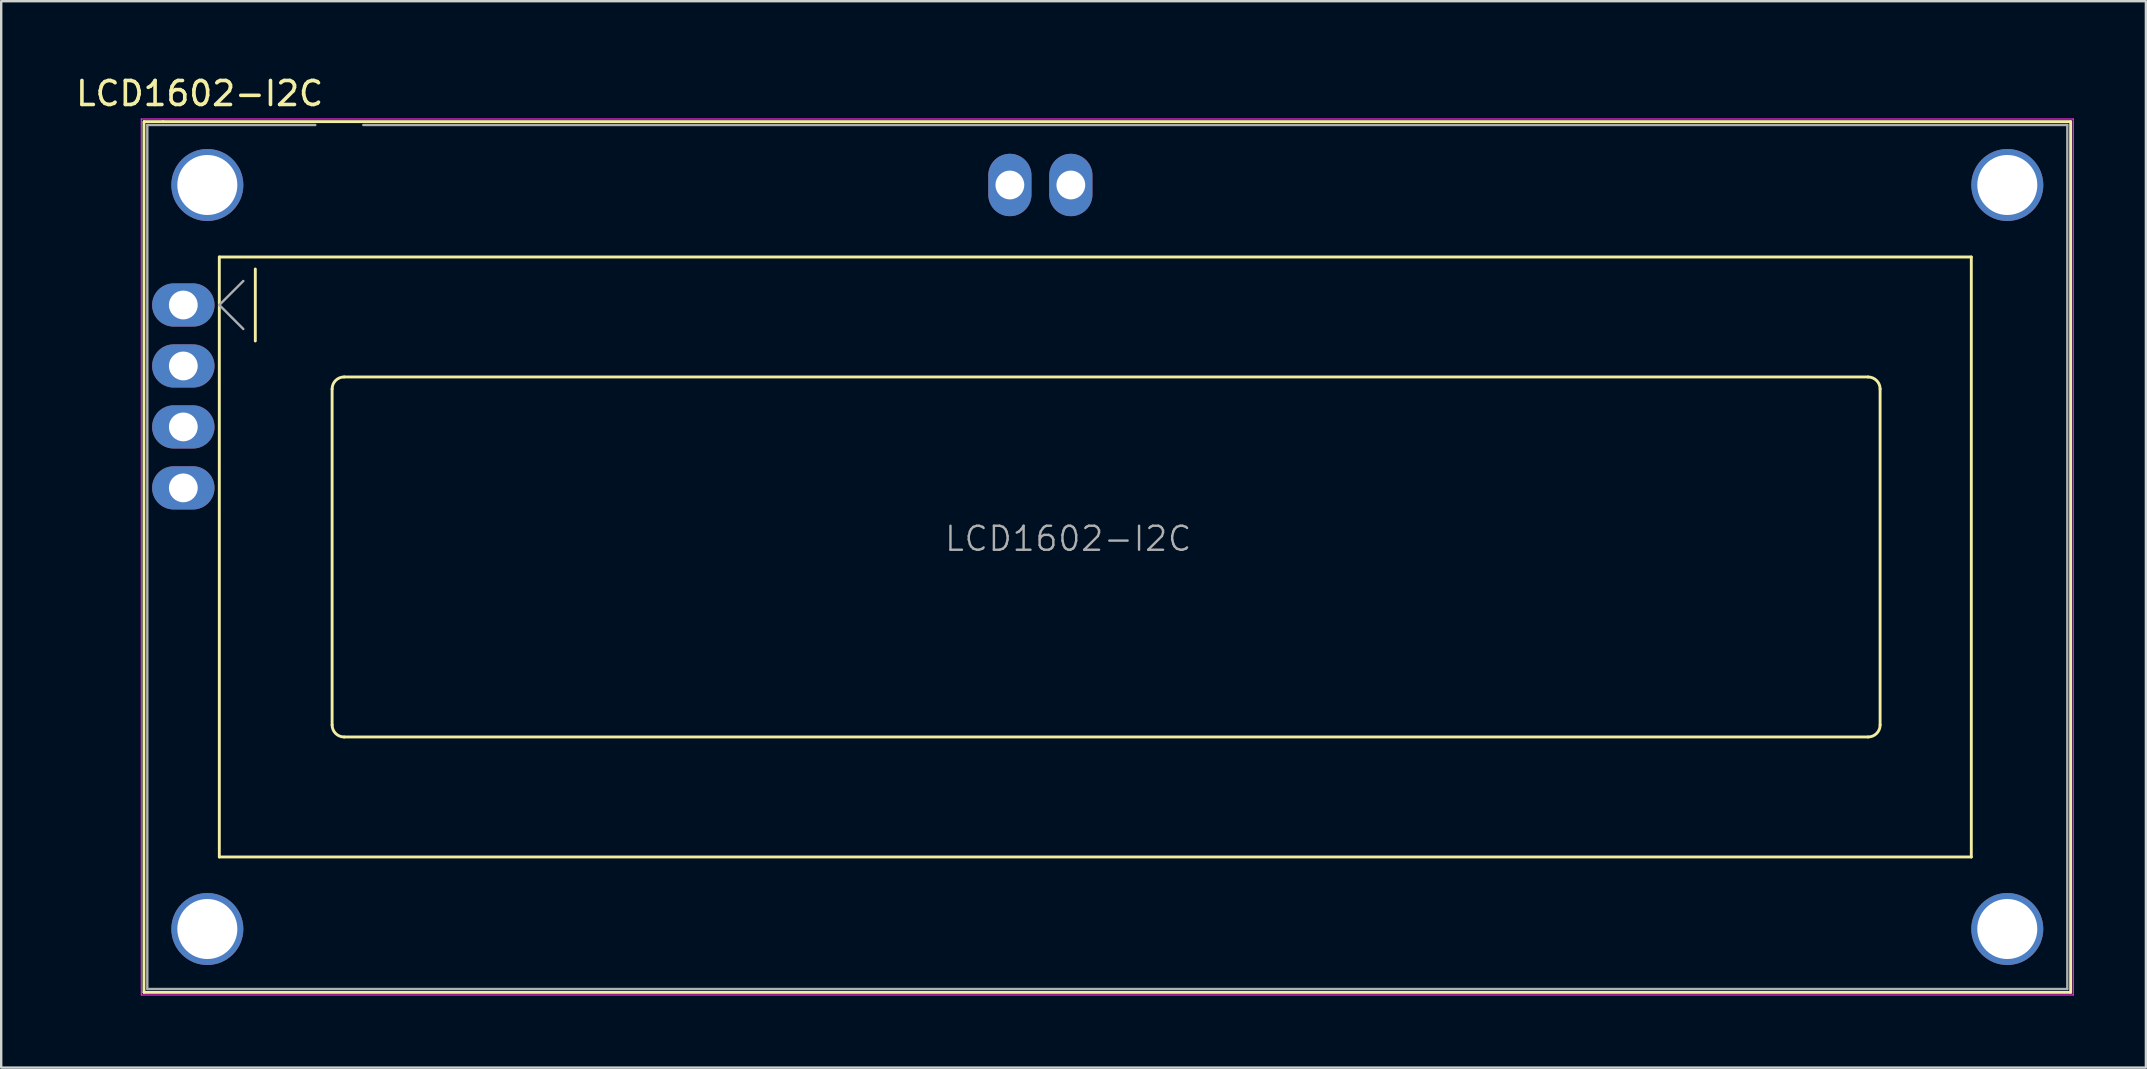
<source format=kicad_pcb>
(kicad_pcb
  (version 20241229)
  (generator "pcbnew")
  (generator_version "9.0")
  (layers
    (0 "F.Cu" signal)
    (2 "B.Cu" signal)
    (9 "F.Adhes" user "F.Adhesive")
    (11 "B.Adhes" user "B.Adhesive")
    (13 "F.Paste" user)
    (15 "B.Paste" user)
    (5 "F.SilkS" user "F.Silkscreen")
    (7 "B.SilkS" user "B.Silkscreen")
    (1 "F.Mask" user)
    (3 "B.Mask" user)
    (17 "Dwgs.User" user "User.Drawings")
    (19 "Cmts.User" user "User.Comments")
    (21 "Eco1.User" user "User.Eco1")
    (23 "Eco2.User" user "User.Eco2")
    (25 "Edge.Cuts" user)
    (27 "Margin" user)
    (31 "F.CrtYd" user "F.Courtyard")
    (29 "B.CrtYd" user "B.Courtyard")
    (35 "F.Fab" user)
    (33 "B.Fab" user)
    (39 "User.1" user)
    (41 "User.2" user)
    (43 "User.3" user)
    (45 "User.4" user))
  (footprint "LCD1602-I2C"
    (layer "F.Cu")
    (at 11.088 4.658)
    (property "Reference" "LCD1602-I2C" (at -5.82 -3.81 0) (layer "F.SilkS") (effects (font (size 1 1) (thickness 0.15))))
    (attr through_hole)
    (fp_line (start -8.14 -2.64) (end -8.14 33.64) (stroke (width 0.12) (type solid)) (layer "F.SilkS"))
    (fp_line (start -8.14 33.64) (end 72.14 33.64) (stroke (width 0.12) (type solid)) (layer "F.SilkS"))
    (fp_line (start -8.13 -2.64) (end -7.34 -2.64) (stroke (width 0.12) (type solid)) (layer "F.SilkS"))
    (fp_line (start -5 3) (end 68 3) (stroke (width 0.12) (type solid)) (layer "F.SilkS"))
    (fp_line (start -5 28) (end -5 3) (stroke (width 0.12) (type solid)) (layer "F.SilkS"))
    (fp_line (start -3.5 3.5) (end -3.5 6.5) (stroke (width 0.12) (type solid)) (layer "F.SilkS"))
    (fp_line (start -0.3 22.499) (end -0.3 8.5) (stroke (width 0.12) (type solid)) (layer "F.SilkS"))
    (fp_line (start 0.2 8) (end 63.7 8) (stroke (width 0.12) (type solid)) (layer "F.SilkS"))
    (fp_line (start 63.701 23) (end 0.2 23) (stroke (width 0.12) (type solid)) (layer "F.SilkS"))
    (fp_line (start 64.2 8.5) (end 64.2 22.5) (stroke (width 0.12) (type solid)) (layer "F.SilkS"))
    (fp_line (start 68 3) (end 68 28) (stroke (width 0.12) (type solid)) (layer "F.SilkS"))
    (fp_line (start 68 28) (end -5 28) (stroke (width 0.12) (type solid)) (layer "F.SilkS"))
    (fp_line (start 72.14 -2.64) (end -7.34 -2.64) (stroke (width 0.12) (type solid)) (layer "F.SilkS"))
    (fp_line (start 72.14 33.64) (end 72.14 -2.64) (stroke (width 0.12) (type solid)) (layer "F.SilkS"))
    (fp_arc (start -0.29972 8.49884) (mid -0.153162 8.145018) (end 0.20066 7.99846) (stroke (width 0.12) (type solid)) (layer "F.SilkS"))
    (fp_arc (start 0.20066 22.9997) (mid -0.153162 22.853142) (end -0.29972 22.49932) (stroke (width 0.12) (type solid)) (layer "F.SilkS"))
    (fp_arc (start 63.7 8) (mid 64.053553 8.146447) (end 64.2 8.5) (stroke (width 0.12) (type solid)) (layer "F.SilkS"))
    (fp_arc (start 64.20104 22.49932) (mid 64.054482 22.853142) (end 63.70066 22.9997) (stroke (width 0.12) (type solid)) (layer "F.SilkS"))
    (fp_line (start -8.25 -2.75) (end -8.25 33.75) (stroke (width 0.05) (type solid)) (layer "F.CrtYd"))
    (fp_line (start -8.25 -2.75) (end 72.25 -2.75) (stroke (width 0.05) (type solid)) (layer "F.CrtYd"))
    (fp_line (start -8.25 33.75) (end 72.25 33.75) (stroke (width 0.05) (type solid)) (layer "F.CrtYd"))
    (fp_line (start 72.25 -2.75) (end 72.25 33.75) (stroke (width 0.05) (type solid)) (layer "F.CrtYd"))
    (fp_line (start -8 33.5) (end -8 -2.5) (stroke (width 0.1) (type solid)) (layer "F.Fab"))
    (fp_line (start -5 5) (end -4 4) (stroke (width 0.1) (type solid)) (layer "F.Fab"))
    (fp_line (start -4 6) (end -5 5) (stroke (width 0.1) (type solid)) (layer "F.Fab"))
    (fp_line (start -1 -2.5) (end -8 -2.5) (stroke (width 0.1) (type solid)) (layer "F.Fab"))
    (fp_line (start 1 -2.5) (end 72 -2.5) (stroke (width 0.1) (type solid)) (layer "F.Fab"))
    (fp_line (start 72 -2.5) (end 72 33.5) (stroke (width 0.1) (type solid)) (layer "F.Fab"))
    (fp_line (start 72 33.5) (end -8 33.5) (stroke (width 0.1) (type solid)) (layer "F.Fab"))
    (fp_text user "${REFERENCE}" (at 30.37 14.74 0) (layer "F.Fab") (effects (font (size 1 1) (thickness 0.1))))
    (pad "" thru_hole circle (at -5.499 0) (size 3 3) (drill 2.5) (layers "*.Cu" "*.Mask"))
    (pad "" thru_hole circle (at -5.499 31.001) (size 3 3) (drill 2.5) (layers "*.Cu" "*.Mask"))
    (pad "" thru_hole circle (at 69.499 31.001) (size 3 3) (drill 2.5) (layers "*.Cu" "*.Mask"))
    (pad "" thru_hole circle (at 69.5 0) (size 3 3) (drill 2.5) (layers "*.Cu" "*.Mask"))
    (pad "1" thru_hole oval (at -6.5 5 270) (size 1.8 2.6) (drill 1.2) (layers "*.Cu" "*.Mask"))
    (pad "2" thru_hole oval (at -6.5 7.54 270) (size 1.8 2.6) (drill 1.2) (layers "*.Cu" "*.Mask"))
    (pad "3" thru_hole oval (at -6.5 10.08 270) (size 1.8 2.6) (drill 1.2) (layers "*.Cu" "*.Mask"))
    (pad "4" thru_hole oval (at -6.5 12.62 270) (size 1.8 2.6) (drill 1.2) (layers "*.Cu" "*.Mask"))
    (pad "5" thru_hole oval (at 27.94 0) (size 1.8 2.6) (drill 1.2) (layers "*.Cu" "*.Mask"))
    (pad "6" thru_hole oval (at 30.48 0) (size 1.8 2.6) (drill 1.2) (layers "*.Cu" "*.Mask")))
  (gr_rect
    (start -3 -3)
    (end 86.363 41.433)
    (stroke (width 0.1) (type default))
    (fill no)
    (layer "Edge.Cuts")))
</source>
